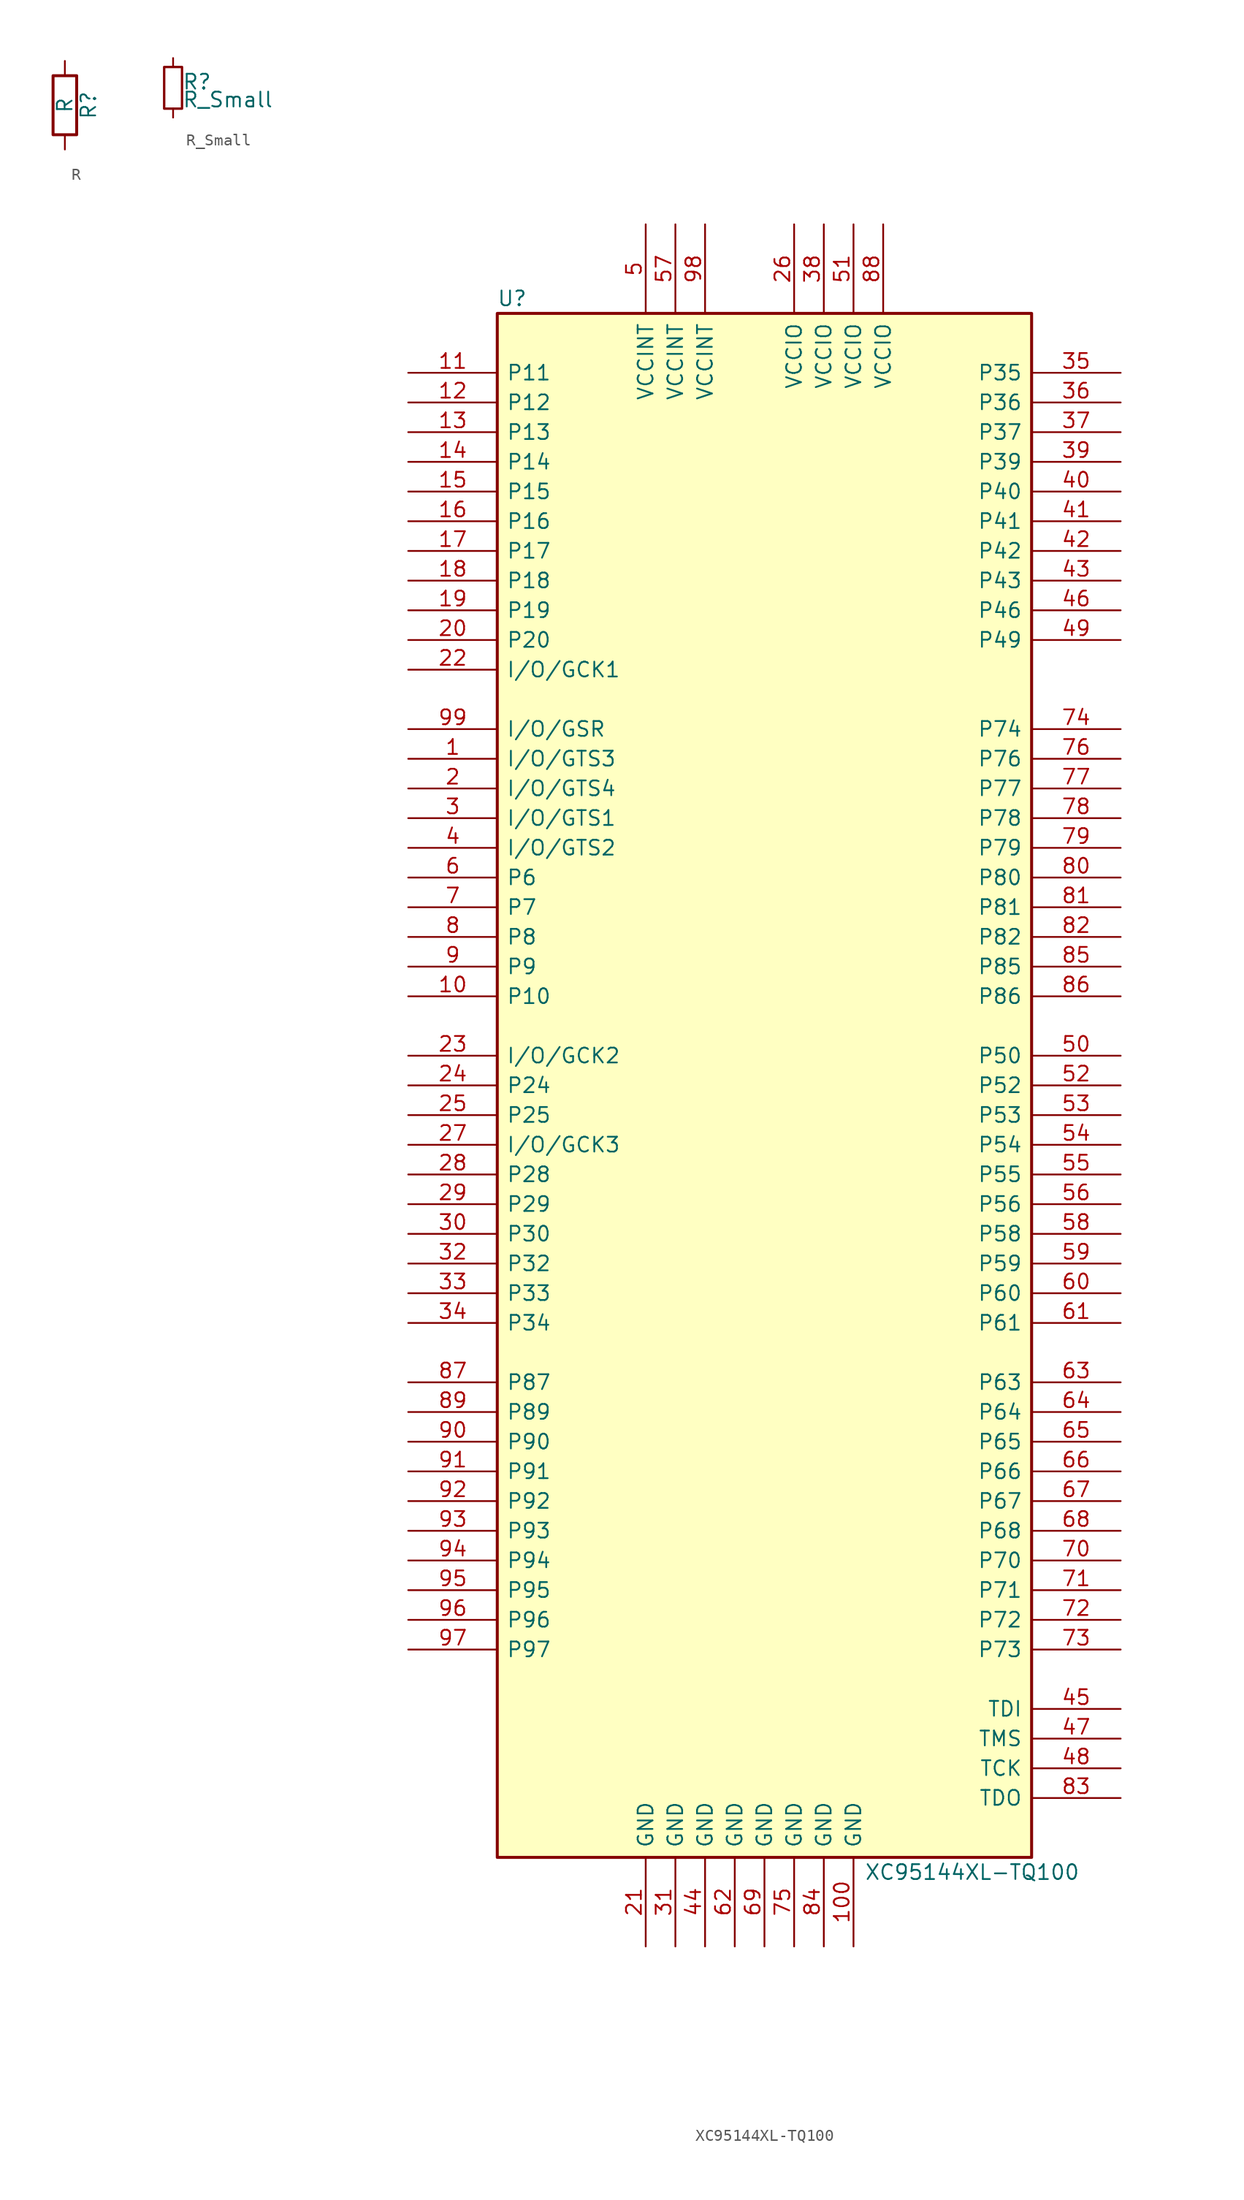
<source format=kicad_sym>
(kicad_symbol_lib
  (version 20231120)
  (generator "kicad_symbol_editor")
  (generator_version "8.0")
  (symbol "R"
    (pin_numbers hide)
    (pin_names
      (offset 0))
    (property "Reference" "R"
      (at 2.032 0 90)
      (effects (font (size 1.27 1.27))))
    (property "Value" "R"
      (at 0 0 90)
      (effects (font (size 1.27 1.27))))
    (symbol "R_0_1"
      (rectangle (start -1.016 -2.54) (end 1.016 2.54) (stroke (width 0.254) (type solid)) (fill (type none))))
    (symbol "R_1_1"
      (pin passive line (at 0 3.81 270) (length 1.27) (name "~" (effects (font (size 1.27 1.27)))) (number "1" (effects (font (size 1.27 1.27)))))
      (pin passive line (at 0 -3.81 90) (length 1.27) (name "~" (effects (font (size 1.27 1.27)))) (number "2" (effects (font (size 1.27 1.27)))))))
  (symbol "R_Small"
    (pin_numbers hide)
    (pin_names
      (offset 0.254) hide)
    (property "Reference" "R"
      (at 0.762 0.508 0)
      (effects (font (size 1.27 1.27)) (justify left)))
    (property "Value" "R_Small"
      (at 0.762 -1.016 0)
      (effects (font (size 1.27 1.27)) (justify left)))
    (symbol "R_Small_0_1"
      (rectangle (start -0.762 1.778) (end 0.762 -1.778) (stroke (width 0.203) (type solid)) (fill (type none))))
    (symbol "R_Small_1_1"
      (pin passive line (at 0 2.54 270) (length 0.762) (name "~" (effects (font (size 1.27 1.27)))) (number "1" (effects (font (size 1.27 1.27)))))
      (pin passive line (at 0 -2.54 90) (length 0.762) (name "~" (effects (font (size 1.27 1.27)))) (number "2" (effects (font (size 1.27 1.27)))))))
  (symbol "XC95144XL-TQ100"
    (pin_names
      (offset 0.762))
    (property "Reference" "U"
      (at -21.59 67.31 0)
      (effects (font (size 1.27 1.27))))
    (property "Value" "XC95144XL-TQ100"
      (at 17.78 -67.31 0)
      (effects (font (size 1.27 1.27))))
    (symbol "XC95144XL-TQ100_0_1"
      (rectangle (start -22.86 -66.04) (end 22.86 66.04) (stroke (width 0.254) (type solid)) (fill (type background))))
    (symbol "XC95144XL-TQ100_1_1"
      (pin bidirectional line (at -30.48 27.94 0) (length 7.62) (name "I/O/GTS3" (effects (font (size 1.27 1.27)))) (number "1" (effects (font (size 1.27 1.27)))))
      (pin bidirectional line (at -30.48 7.62 0) (length 7.62) (name "P10" (effects (font (size 1.27 1.27)))) (number "10" (effects (font (size 1.27 1.27)))))
      (pin power_in line (at 7.62 -73.66 90) (length 7.62) (name "GND" (effects (font (size 1.27 1.27)))) (number "100" (effects (font (size 1.27 1.27)))))
      (pin bidirectional line (at -30.48 60.96 0) (length 7.62) (name "P11" (effects (font (size 1.27 1.27)))) (number "11" (effects (font (size 1.27 1.27)))))
      (pin bidirectional line (at -30.48 58.42 0) (length 7.62) (name "P12" (effects (font (size 1.27 1.27)))) (number "12" (effects (font (size 1.27 1.27)))))
      (pin bidirectional line (at -30.48 55.88 0) (length 7.62) (name "P13" (effects (font (size 1.27 1.27)))) (number "13" (effects (font (size 1.27 1.27)))))
      (pin bidirectional line (at -30.48 53.34 0) (length 7.62) (name "P14" (effects (font (size 1.27 1.27)))) (number "14" (effects (font (size 1.27 1.27)))))
      (pin bidirectional line (at -30.48 50.8 0) (length 7.62) (name "P15" (effects (font (size 1.27 1.27)))) (number "15" (effects (font (size 1.27 1.27)))))
      (pin bidirectional line (at -30.48 48.26 0) (length 7.62) (name "P16" (effects (font (size 1.27 1.27)))) (number "16" (effects (font (size 1.27 1.27)))))
      (pin bidirectional line (at -30.48 45.72 0) (length 7.62) (name "P17" (effects (font (size 1.27 1.27)))) (number "17" (effects (font (size 1.27 1.27)))))
      (pin bidirectional line (at -30.48 43.18 0) (length 7.62) (name "P18" (effects (font (size 1.27 1.27)))) (number "18" (effects (font (size 1.27 1.27)))))
      (pin bidirectional line (at -30.48 40.64 0) (length 7.62) (name "P19" (effects (font (size 1.27 1.27)))) (number "19" (effects (font (size 1.27 1.27)))))
      (pin bidirectional line (at -30.48 25.4 0) (length 7.62) (name "I/O/GTS4" (effects (font (size 1.27 1.27)))) (number "2" (effects (font (size 1.27 1.27)))))
      (pin bidirectional line (at -30.48 38.1 0) (length 7.62) (name "P20" (effects (font (size 1.27 1.27)))) (number "20" (effects (font (size 1.27 1.27)))))
      (pin power_in line (at -10.16 -73.66 90) (length 7.62) (name "GND" (effects (font (size 1.27 1.27)))) (number "21" (effects (font (size 1.27 1.27)))))
      (pin bidirectional line (at -30.48 35.56 0) (length 7.62) (name "I/O/GCK1" (effects (font (size 1.27 1.27)))) (number "22" (effects (font (size 1.27 1.27)))))
      (pin bidirectional line (at -30.48 2.54 0) (length 7.62) (name "I/O/GCK2" (effects (font (size 1.27 1.27)))) (number "23" (effects (font (size 1.27 1.27)))))
      (pin bidirectional line (at -30.48 0 0) (length 7.62) (name "P24" (effects (font (size 1.27 1.27)))) (number "24" (effects (font (size 1.27 1.27)))))
      (pin bidirectional line (at -30.48 -2.54 0) (length 7.62) (name "P25" (effects (font (size 1.27 1.27)))) (number "25" (effects (font (size 1.27 1.27)))))
      (pin power_in line (at 2.54 73.66 270) (length 7.62) (name "VCCIO" (effects (font (size 1.27 1.27)))) (number "26" (effects (font (size 1.27 1.27)))))
      (pin bidirectional line (at -30.48 -5.08 0) (length 7.62) (name "I/O/GCK3" (effects (font (size 1.27 1.27)))) (number "27" (effects (font (size 1.27 1.27)))))
      (pin bidirectional line (at -30.48 -7.62 0) (length 7.62) (name "P28" (effects (font (size 1.27 1.27)))) (number "28" (effects (font (size 1.27 1.27)))))
      (pin bidirectional line (at -30.48 -10.16 0) (length 7.62) (name "P29" (effects (font (size 1.27 1.27)))) (number "29" (effects (font (size 1.27 1.27)))))
      (pin bidirectional line (at -30.48 22.86 0) (length 7.62) (name "I/O/GTS1" (effects (font (size 1.27 1.27)))) (number "3" (effects (font (size 1.27 1.27)))))
      (pin bidirectional line (at -30.48 -12.7 0) (length 7.62) (name "P30" (effects (font (size 1.27 1.27)))) (number "30" (effects (font (size 1.27 1.27)))))
      (pin power_in line (at -7.62 -73.66 90) (length 7.62) (name "GND" (effects (font (size 1.27 1.27)))) (number "31" (effects (font (size 1.27 1.27)))))
      (pin bidirectional line (at -30.48 -15.24 0) (length 7.62) (name "P32" (effects (font (size 1.27 1.27)))) (number "32" (effects (font (size 1.27 1.27)))))
      (pin bidirectional line (at -30.48 -17.78 0) (length 7.62) (name "P33" (effects (font (size 1.27 1.27)))) (number "33" (effects (font (size 1.27 1.27)))))
      (pin bidirectional line (at -30.48 -20.32 0) (length 7.62) (name "P34" (effects (font (size 1.27 1.27)))) (number "34" (effects (font (size 1.27 1.27)))))
      (pin bidirectional line (at 30.48 60.96 180) (length 7.62) (name "P35" (effects (font (size 1.27 1.27)))) (number "35" (effects (font (size 1.27 1.27)))))
      (pin bidirectional line (at 30.48 58.42 180) (length 7.62) (name "P36" (effects (font (size 1.27 1.27)))) (number "36" (effects (font (size 1.27 1.27)))))
      (pin bidirectional line (at 30.48 55.88 180) (length 7.62) (name "P37" (effects (font (size 1.27 1.27)))) (number "37" (effects (font (size 1.27 1.27)))))
      (pin power_in line (at 5.08 73.66 270) (length 7.62) (name "VCCIO" (effects (font (size 1.27 1.27)))) (number "38" (effects (font (size 1.27 1.27)))))
      (pin bidirectional line (at 30.48 53.34 180) (length 7.62) (name "P39" (effects (font (size 1.27 1.27)))) (number "39" (effects (font (size 1.27 1.27)))))
      (pin bidirectional line (at -30.48 20.32 0) (length 7.62) (name "I/O/GTS2" (effects (font (size 1.27 1.27)))) (number "4" (effects (font (size 1.27 1.27)))))
      (pin bidirectional line (at 30.48 50.8 180) (length 7.62) (name "P40" (effects (font (size 1.27 1.27)))) (number "40" (effects (font (size 1.27 1.27)))))
      (pin bidirectional line (at 30.48 48.26 180) (length 7.62) (name "P41" (effects (font (size 1.27 1.27)))) (number "41" (effects (font (size 1.27 1.27)))))
      (pin bidirectional line (at 30.48 45.72 180) (length 7.62) (name "P42" (effects (font (size 1.27 1.27)))) (number "42" (effects (font (size 1.27 1.27)))))
      (pin bidirectional line (at 30.48 43.18 180) (length 7.62) (name "P43" (effects (font (size 1.27 1.27)))) (number "43" (effects (font (size 1.27 1.27)))))
      (pin power_in line (at -5.08 -73.66 90) (length 7.62) (name "GND" (effects (font (size 1.27 1.27)))) (number "44" (effects (font (size 1.27 1.27)))))
      (pin input line (at 30.48 -53.34 180) (length 7.62) (name "TDI" (effects (font (size 1.27 1.27)))) (number "45" (effects (font (size 1.27 1.27)))))
      (pin bidirectional line (at 30.48 40.64 180) (length 7.62) (name "P46" (effects (font (size 1.27 1.27)))) (number "46" (effects (font (size 1.27 1.27)))))
      (pin input line (at 30.48 -55.88 180) (length 7.62) (name "TMS" (effects (font (size 1.27 1.27)))) (number "47" (effects (font (size 1.27 1.27)))))
      (pin input line (at 30.48 -58.42 180) (length 7.62) (name "TCK" (effects (font (size 1.27 1.27)))) (number "48" (effects (font (size 1.27 1.27)))))
      (pin bidirectional line (at 30.48 38.1 180) (length 7.62) (name "P49" (effects (font (size 1.27 1.27)))) (number "49" (effects (font (size 1.27 1.27)))))
      (pin power_in line (at -10.16 73.66 270) (length 7.62) (name "VCCINT" (effects (font (size 1.27 1.27)))) (number "5" (effects (font (size 1.27 1.27)))))
      (pin bidirectional line (at 30.48 2.54 180) (length 7.62) (name "P50" (effects (font (size 1.27 1.27)))) (number "50" (effects (font (size 1.27 1.27)))))
      (pin power_in line (at 7.62 73.66 270) (length 7.62) (name "VCCIO" (effects (font (size 1.27 1.27)))) (number "51" (effects (font (size 1.27 1.27)))))
      (pin bidirectional line (at 30.48 0 180) (length 7.62) (name "P52" (effects (font (size 1.27 1.27)))) (number "52" (effects (font (size 1.27 1.27)))))
      (pin bidirectional line (at 30.48 -2.54 180) (length 7.62) (name "P53" (effects (font (size 1.27 1.27)))) (number "53" (effects (font (size 1.27 1.27)))))
      (pin bidirectional line (at 30.48 -5.08 180) (length 7.62) (name "P54" (effects (font (size 1.27 1.27)))) (number "54" (effects (font (size 1.27 1.27)))))
      (pin bidirectional line (at 30.48 -7.62 180) (length 7.62) (name "P55" (effects (font (size 1.27 1.27)))) (number "55" (effects (font (size 1.27 1.27)))))
      (pin bidirectional line (at 30.48 -10.16 180) (length 7.62) (name "P56" (effects (font (size 1.27 1.27)))) (number "56" (effects (font (size 1.27 1.27)))))
      (pin power_in line (at -7.62 73.66 270) (length 7.62) (name "VCCINT" (effects (font (size 1.27 1.27)))) (number "57" (effects (font (size 1.27 1.27)))))
      (pin bidirectional line (at 30.48 -12.7 180) (length 7.62) (name "P58" (effects (font (size 1.27 1.27)))) (number "58" (effects (font (size 1.27 1.27)))))
      (pin bidirectional line (at 30.48 -15.24 180) (length 7.62) (name "P59" (effects (font (size 1.27 1.27)))) (number "59" (effects (font (size 1.27 1.27)))))
      (pin bidirectional line (at -30.48 17.78 0) (length 7.62) (name "P6" (effects (font (size 1.27 1.27)))) (number "6" (effects (font (size 1.27 1.27)))))
      (pin bidirectional line (at 30.48 -17.78 180) (length 7.62) (name "P60" (effects (font (size 1.27 1.27)))) (number "60" (effects (font (size 1.27 1.27)))))
      (pin bidirectional line (at 30.48 -20.32 180) (length 7.62) (name "P61" (effects (font (size 1.27 1.27)))) (number "61" (effects (font (size 1.27 1.27)))))
      (pin power_in line (at -2.54 -73.66 90) (length 7.62) (name "GND" (effects (font (size 1.27 1.27)))) (number "62" (effects (font (size 1.27 1.27)))))
      (pin bidirectional line (at 30.48 -25.4 180) (length 7.62) (name "P63" (effects (font (size 1.27 1.27)))) (number "63" (effects (font (size 1.27 1.27)))))
      (pin bidirectional line (at 30.48 -27.94 180) (length 7.62) (name "P64" (effects (font (size 1.27 1.27)))) (number "64" (effects (font (size 1.27 1.27)))))
      (pin bidirectional line (at 30.48 -30.48 180) (length 7.62) (name "P65" (effects (font (size 1.27 1.27)))) (number "65" (effects (font (size 1.27 1.27)))))
      (pin bidirectional line (at 30.48 -33.02 180) (length 7.62) (name "P66" (effects (font (size 1.27 1.27)))) (number "66" (effects (font (size 1.27 1.27)))))
      (pin bidirectional line (at 30.48 -35.56 180) (length 7.62) (name "P67" (effects (font (size 1.27 1.27)))) (number "67" (effects (font (size 1.27 1.27)))))
      (pin bidirectional line (at 30.48 -38.1 180) (length 7.62) (name "P68" (effects (font (size 1.27 1.27)))) (number "68" (effects (font (size 1.27 1.27)))))
      (pin power_in line (at 0 -73.66 90) (length 7.62) (name "GND" (effects (font (size 1.27 1.27)))) (number "69" (effects (font (size 1.27 1.27)))))
      (pin bidirectional line (at -30.48 15.24 0) (length 7.62) (name "P7" (effects (font (size 1.27 1.27)))) (number "7" (effects (font (size 1.27 1.27)))))
      (pin bidirectional line (at 30.48 -40.64 180) (length 7.62) (name "P70" (effects (font (size 1.27 1.27)))) (number "70" (effects (font (size 1.27 1.27)))))
      (pin bidirectional line (at 30.48 -43.18 180) (length 7.62) (name "P71" (effects (font (size 1.27 1.27)))) (number "71" (effects (font (size 1.27 1.27)))))
      (pin bidirectional line (at 30.48 -45.72 180) (length 7.62) (name "P72" (effects (font (size 1.27 1.27)))) (number "72" (effects (font (size 1.27 1.27)))))
      (pin bidirectional line (at 30.48 -48.26 180) (length 7.62) (name "P73" (effects (font (size 1.27 1.27)))) (number "73" (effects (font (size 1.27 1.27)))))
      (pin bidirectional line (at 30.48 30.48 180) (length 7.62) (name "P74" (effects (font (size 1.27 1.27)))) (number "74" (effects (font (size 1.27 1.27)))))
      (pin power_in line (at 2.54 -73.66 90) (length 7.62) (name "GND" (effects (font (size 1.27 1.27)))) (number "75" (effects (font (size 1.27 1.27)))))
      (pin bidirectional line (at 30.48 27.94 180) (length 7.62) (name "P76" (effects (font (size 1.27 1.27)))) (number "76" (effects (font (size 1.27 1.27)))))
      (pin bidirectional line (at 30.48 25.4 180) (length 7.62) (name "P77" (effects (font (size 1.27 1.27)))) (number "77" (effects (font (size 1.27 1.27)))))
      (pin bidirectional line (at 30.48 22.86 180) (length 7.62) (name "P78" (effects (font (size 1.27 1.27)))) (number "78" (effects (font (size 1.27 1.27)))))
      (pin bidirectional line (at 30.48 20.32 180) (length 7.62) (name "P79" (effects (font (size 1.27 1.27)))) (number "79" (effects (font (size 1.27 1.27)))))
      (pin bidirectional line (at -30.48 12.7 0) (length 7.62) (name "P8" (effects (font (size 1.27 1.27)))) (number "8" (effects (font (size 1.27 1.27)))))
      (pin bidirectional line (at 30.48 17.78 180) (length 7.62) (name "P80" (effects (font (size 1.27 1.27)))) (number "80" (effects (font (size 1.27 1.27)))))
      (pin bidirectional line (at 30.48 15.24 180) (length 7.62) (name "P81" (effects (font (size 1.27 1.27)))) (number "81" (effects (font (size 1.27 1.27)))))
      (pin bidirectional line (at 30.48 12.7 180) (length 7.62) (name "P82" (effects (font (size 1.27 1.27)))) (number "82" (effects (font (size 1.27 1.27)))))
      (pin output line (at 30.48 -60.96 180) (length 7.62) (name "TDO" (effects (font (size 1.27 1.27)))) (number "83" (effects (font (size 1.27 1.27)))))
      (pin power_in line (at 5.08 -73.66 90) (length 7.62) (name "GND" (effects (font (size 1.27 1.27)))) (number "84" (effects (font (size 1.27 1.27)))))
      (pin bidirectional line (at 30.48 10.16 180) (length 7.62) (name "P85" (effects (font (size 1.27 1.27)))) (number "85" (effects (font (size 1.27 1.27)))))
      (pin bidirectional line (at 30.48 7.62 180) (length 7.62) (name "P86" (effects (font (size 1.27 1.27)))) (number "86" (effects (font (size 1.27 1.27)))))
      (pin bidirectional line (at -30.48 -25.4 0) (length 7.62) (name "P87" (effects (font (size 1.27 1.27)))) (number "87" (effects (font (size 1.27 1.27)))))
      (pin power_in line (at 10.16 73.66 270) (length 7.62) (name "VCCIO" (effects (font (size 1.27 1.27)))) (number "88" (effects (font (size 1.27 1.27)))))
      (pin bidirectional line (at -30.48 -27.94 0) (length 7.62) (name "P89" (effects (font (size 1.27 1.27)))) (number "89" (effects (font (size 1.27 1.27)))))
      (pin bidirectional line (at -30.48 10.16 0) (length 7.62) (name "P9" (effects (font (size 1.27 1.27)))) (number "9" (effects (font (size 1.27 1.27)))))
      (pin bidirectional line (at -30.48 -30.48 0) (length 7.62) (name "P90" (effects (font (size 1.27 1.27)))) (number "90" (effects (font (size 1.27 1.27)))))
      (pin bidirectional line (at -30.48 -33.02 0) (length 7.62) (name "P91" (effects (font (size 1.27 1.27)))) (number "91" (effects (font (size 1.27 1.27)))))
      (pin bidirectional line (at -30.48 -35.56 0) (length 7.62) (name "P92" (effects (font (size 1.27 1.27)))) (number "92" (effects (font (size 1.27 1.27)))))
      (pin bidirectional line (at -30.48 -38.1 0) (length 7.62) (name "P93" (effects (font (size 1.27 1.27)))) (number "93" (effects (font (size 1.27 1.27)))))
      (pin bidirectional line (at -30.48 -40.64 0) (length 7.62) (name "P94" (effects (font (size 1.27 1.27)))) (number "94" (effects (font (size 1.27 1.27)))))
      (pin bidirectional line (at -30.48 -43.18 0) (length 7.62) (name "P95" (effects (font (size 1.27 1.27)))) (number "95" (effects (font (size 1.27 1.27)))))
      (pin bidirectional line (at -30.48 -45.72 0) (length 7.62) (name "P96" (effects (font (size 1.27 1.27)))) (number "96" (effects (font (size 1.27 1.27)))))
      (pin bidirectional line (at -30.48 -48.26 0) (length 7.62) (name "P97" (effects (font (size 1.27 1.27)))) (number "97" (effects (font (size 1.27 1.27)))))
      (pin power_in line (at -5.08 73.66 270) (length 7.62) (name "VCCINT" (effects (font (size 1.27 1.27)))) (number "98" (effects (font (size 1.27 1.27)))))
      (pin bidirectional line (at -30.48 30.48 0) (length 7.62) (name "I/O/GSR" (effects (font (size 1.27 1.27)))) (number "99" (effects (font (size 1.27 1.27))))))))
</source>
